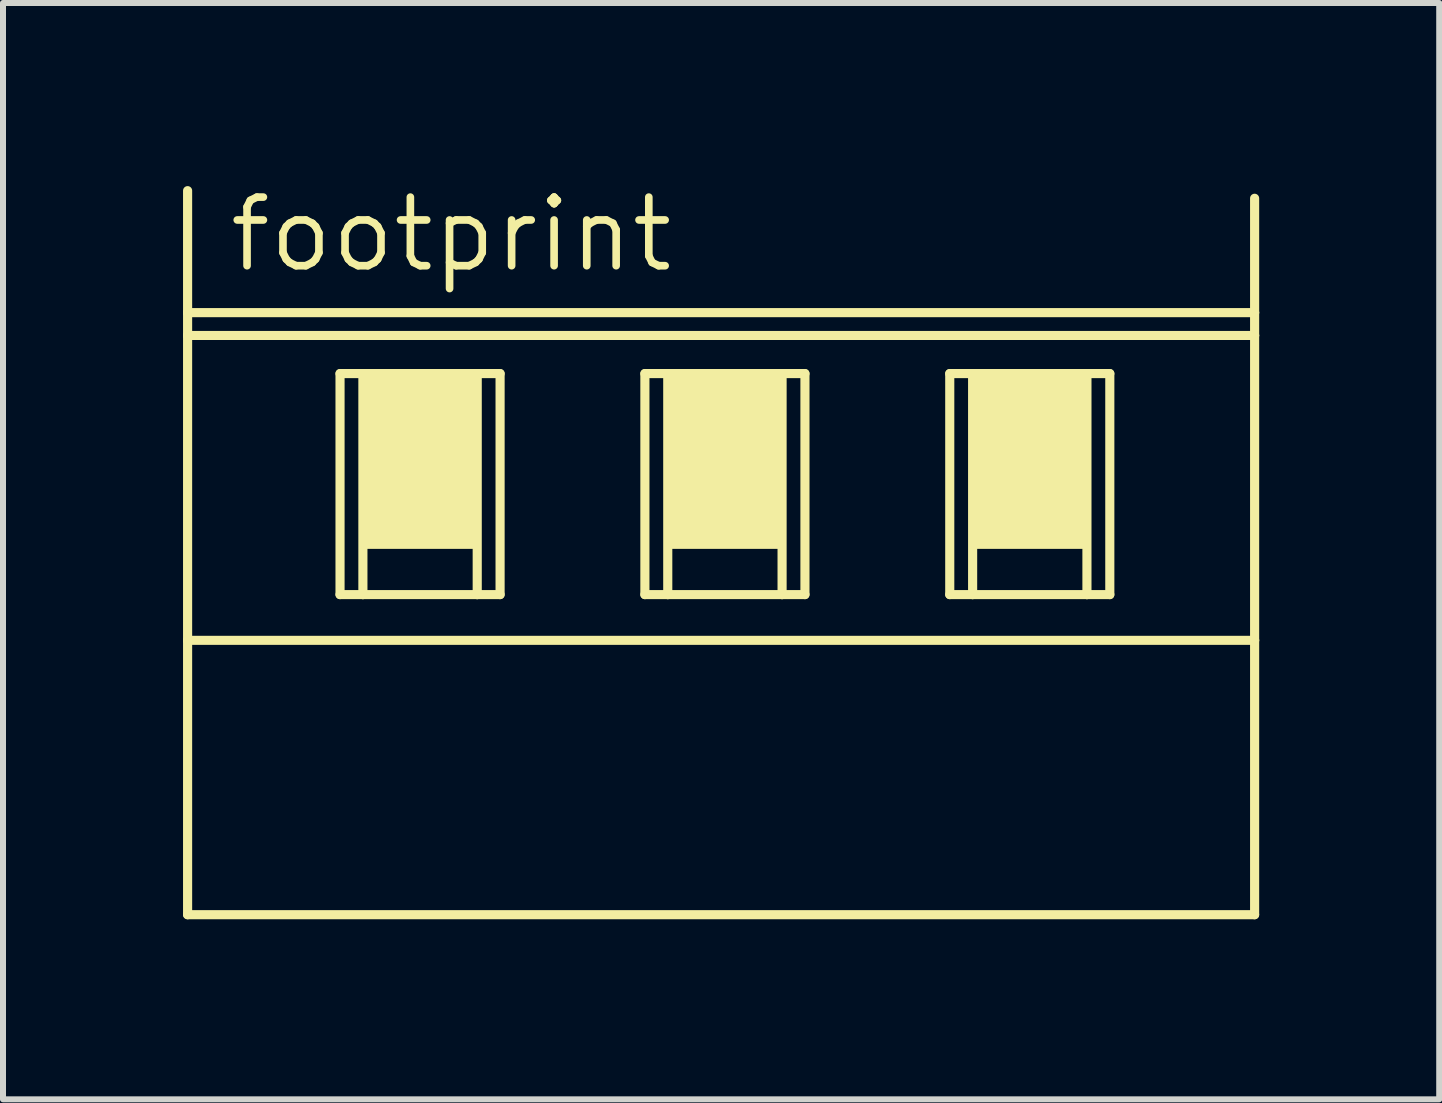
<source format=kicad_pcb>
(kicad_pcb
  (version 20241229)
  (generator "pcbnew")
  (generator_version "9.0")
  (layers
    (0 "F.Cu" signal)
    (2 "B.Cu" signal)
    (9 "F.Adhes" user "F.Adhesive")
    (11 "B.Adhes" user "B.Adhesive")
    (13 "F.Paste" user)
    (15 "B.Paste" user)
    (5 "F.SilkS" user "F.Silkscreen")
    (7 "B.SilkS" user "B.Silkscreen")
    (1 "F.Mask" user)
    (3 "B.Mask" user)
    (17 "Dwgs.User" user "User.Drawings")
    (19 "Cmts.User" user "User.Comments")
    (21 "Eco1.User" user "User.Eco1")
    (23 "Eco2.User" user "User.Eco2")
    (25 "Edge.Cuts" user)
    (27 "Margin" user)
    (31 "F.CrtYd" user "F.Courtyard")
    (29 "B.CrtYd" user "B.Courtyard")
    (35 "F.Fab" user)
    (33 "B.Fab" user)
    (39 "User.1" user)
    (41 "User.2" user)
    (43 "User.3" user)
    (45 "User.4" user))
  (footprint "footprint"
    (layer "F.Cu")
    (at 8.966 6.096)
    (property "Reference" "footprint" (at -8.255 -4.572 0) (layer "F.SilkS") (effects (font (size 1.143 1.143) (thickness 0.127)) (justify left bottom)))
    (fp_line (start -8.89 -3.937) (end -8.89 -5.969) (stroke (width 0.152) (type solid)) (layer "F.SilkS"))
    (fp_line (start -8.89 -3.937) (end 8.89 -3.937) (stroke (width 0.152) (type solid)) (layer "F.SilkS"))
    (fp_line (start -8.89 -3.556) (end -8.89 -3.937) (stroke (width 0.152) (type solid)) (layer "F.SilkS"))
    (fp_line (start -8.89 -3.556) (end 8.89 -3.556) (stroke (width 0.152) (type solid)) (layer "F.SilkS"))
    (fp_line (start -8.89 1.524) (end -8.89 -3.556) (stroke (width 0.152) (type solid)) (layer "F.SilkS"))
    (fp_line (start -8.89 1.524) (end 8.89 1.524) (stroke (width 0.152) (type solid)) (layer "F.SilkS"))
    (fp_line (start -8.89 6.096) (end -8.89 1.524) (stroke (width 0.152) (type solid)) (layer "F.SilkS"))
    (fp_line (start -6.35 0.762) (end -6.35 -2.921) (stroke (width 0.152) (type solid)) (layer "F.SilkS"))
    (fp_line (start -6.35 0.762) (end -5.969 0.762) (stroke (width 0.152) (type solid)) (layer "F.SilkS"))
    (fp_line (start -5.969 -2.921) (end -6.35 -2.921) (stroke (width 0.152) (type solid)) (layer "F.SilkS"))
    (fp_line (start -5.969 -2.921) (end -5.969 0.762) (stroke (width 0.152) (type solid)) (layer "F.SilkS"))
    (fp_line (start -5.969 0.762) (end -4.064 0.762) (stroke (width 0.152) (type solid)) (layer "F.SilkS"))
    (fp_line (start -4.064 -2.921) (end -5.969 -2.921) (stroke (width 0.152) (type solid)) (layer "F.SilkS"))
    (fp_line (start -4.064 -2.921) (end -4.064 0.762) (stroke (width 0.152) (type solid)) (layer "F.SilkS"))
    (fp_line (start -4.064 0.762) (end -3.683 0.762) (stroke (width 0.152) (type solid)) (layer "F.SilkS"))
    (fp_line (start -3.683 -2.921) (end -4.064 -2.921) (stroke (width 0.152) (type solid)) (layer "F.SilkS"))
    (fp_line (start -3.683 -2.921) (end -3.683 0.762) (stroke (width 0.152) (type solid)) (layer "F.SilkS"))
    (fp_line (start -1.27 0.762) (end -1.27 -2.921) (stroke (width 0.152) (type solid)) (layer "F.SilkS"))
    (fp_line (start -1.27 0.762) (end -0.889 0.762) (stroke (width 0.152) (type solid)) (layer "F.SilkS"))
    (fp_line (start -0.889 -2.921) (end -1.27 -2.921) (stroke (width 0.152) (type solid)) (layer "F.SilkS"))
    (fp_line (start -0.889 -2.921) (end -0.889 0.762) (stroke (width 0.152) (type solid)) (layer "F.SilkS"))
    (fp_line (start -0.889 0.762) (end 1.016 0.762) (stroke (width 0.152) (type solid)) (layer "F.SilkS"))
    (fp_line (start 1.016 -2.921) (end -0.889 -2.921) (stroke (width 0.152) (type solid)) (layer "F.SilkS"))
    (fp_line (start 1.016 -2.921) (end 1.016 0.762) (stroke (width 0.152) (type solid)) (layer "F.SilkS"))
    (fp_line (start 1.016 0.762) (end 1.397 0.762) (stroke (width 0.152) (type solid)) (layer "F.SilkS"))
    (fp_line (start 1.397 -2.921) (end 1.016 -2.921) (stroke (width 0.152) (type solid)) (layer "F.SilkS"))
    (fp_line (start 1.397 -2.921) (end 1.397 0.762) (stroke (width 0.152) (type solid)) (layer "F.SilkS"))
    (fp_line (start 3.81 0.762) (end 3.81 -2.921) (stroke (width 0.152) (type solid)) (layer "F.SilkS"))
    (fp_line (start 3.81 0.762) (end 4.191 0.762) (stroke (width 0.152) (type solid)) (layer "F.SilkS"))
    (fp_line (start 4.191 -2.921) (end 3.81 -2.921) (stroke (width 0.152) (type solid)) (layer "F.SilkS"))
    (fp_line (start 4.191 -2.921) (end 4.191 0.762) (stroke (width 0.152) (type solid)) (layer "F.SilkS"))
    (fp_line (start 4.191 0.762) (end 6.096 0.762) (stroke (width 0.152) (type solid)) (layer "F.SilkS"))
    (fp_line (start 6.096 -2.921) (end 4.191 -2.921) (stroke (width 0.152) (type solid)) (layer "F.SilkS"))
    (fp_line (start 6.096 -2.921) (end 6.096 0.762) (stroke (width 0.152) (type solid)) (layer "F.SilkS"))
    (fp_line (start 6.096 0.762) (end 6.477 0.762) (stroke (width 0.152) (type solid)) (layer "F.SilkS"))
    (fp_line (start 6.477 -2.921) (end 6.096 -2.921) (stroke (width 0.152) (type solid)) (layer "F.SilkS"))
    (fp_line (start 6.477 -2.921) (end 6.477 0.762) (stroke (width 0.152) (type solid)) (layer "F.SilkS"))
    (fp_line (start 8.89 -5.842) (end 8.89 -3.937) (stroke (width 0.152) (type solid)) (layer "F.SilkS"))
    (fp_line (start 8.89 -3.937) (end 8.89 -3.556) (stroke (width 0.152) (type solid)) (layer "F.SilkS"))
    (fp_line (start 8.89 -3.556) (end 8.89 1.524) (stroke (width 0.152) (type solid)) (layer "F.SilkS"))
    (fp_line (start 8.89 1.524) (end 8.89 6.096) (stroke (width 0.152) (type solid)) (layer "F.SilkS"))
    (fp_line (start 8.89 6.096) (end -8.89 6.096) (stroke (width 0.152) (type solid)) (layer "F.SilkS"))
    (fp_poly (pts (xy -5.969 0) (xy -4.064 0) (xy -4.064 -2.921) (xy -5.969 -2.921)) (stroke (width 0) (type solid)) (fill yes) (layer "F.SilkS"))
    (fp_poly (pts (xy -0.889 0) (xy 1.016 0) (xy 1.016 -2.921) (xy -0.889 -2.921)) (stroke (width 0) (type solid)) (fill yes) (layer "F.SilkS"))
    (fp_poly (pts (xy 4.191 0) (xy 6.096 0) (xy 6.096 -2.921) (xy 4.191 -2.921)) (stroke (width 0) (type solid)) (fill yes) (layer "F.SilkS")))
  (gr_rect
    (start -3 -3)
    (end 20.932 15.268)
    (stroke (width 0.1) (type default))
    (fill no)
    (layer "Edge.Cuts")))
</source>
